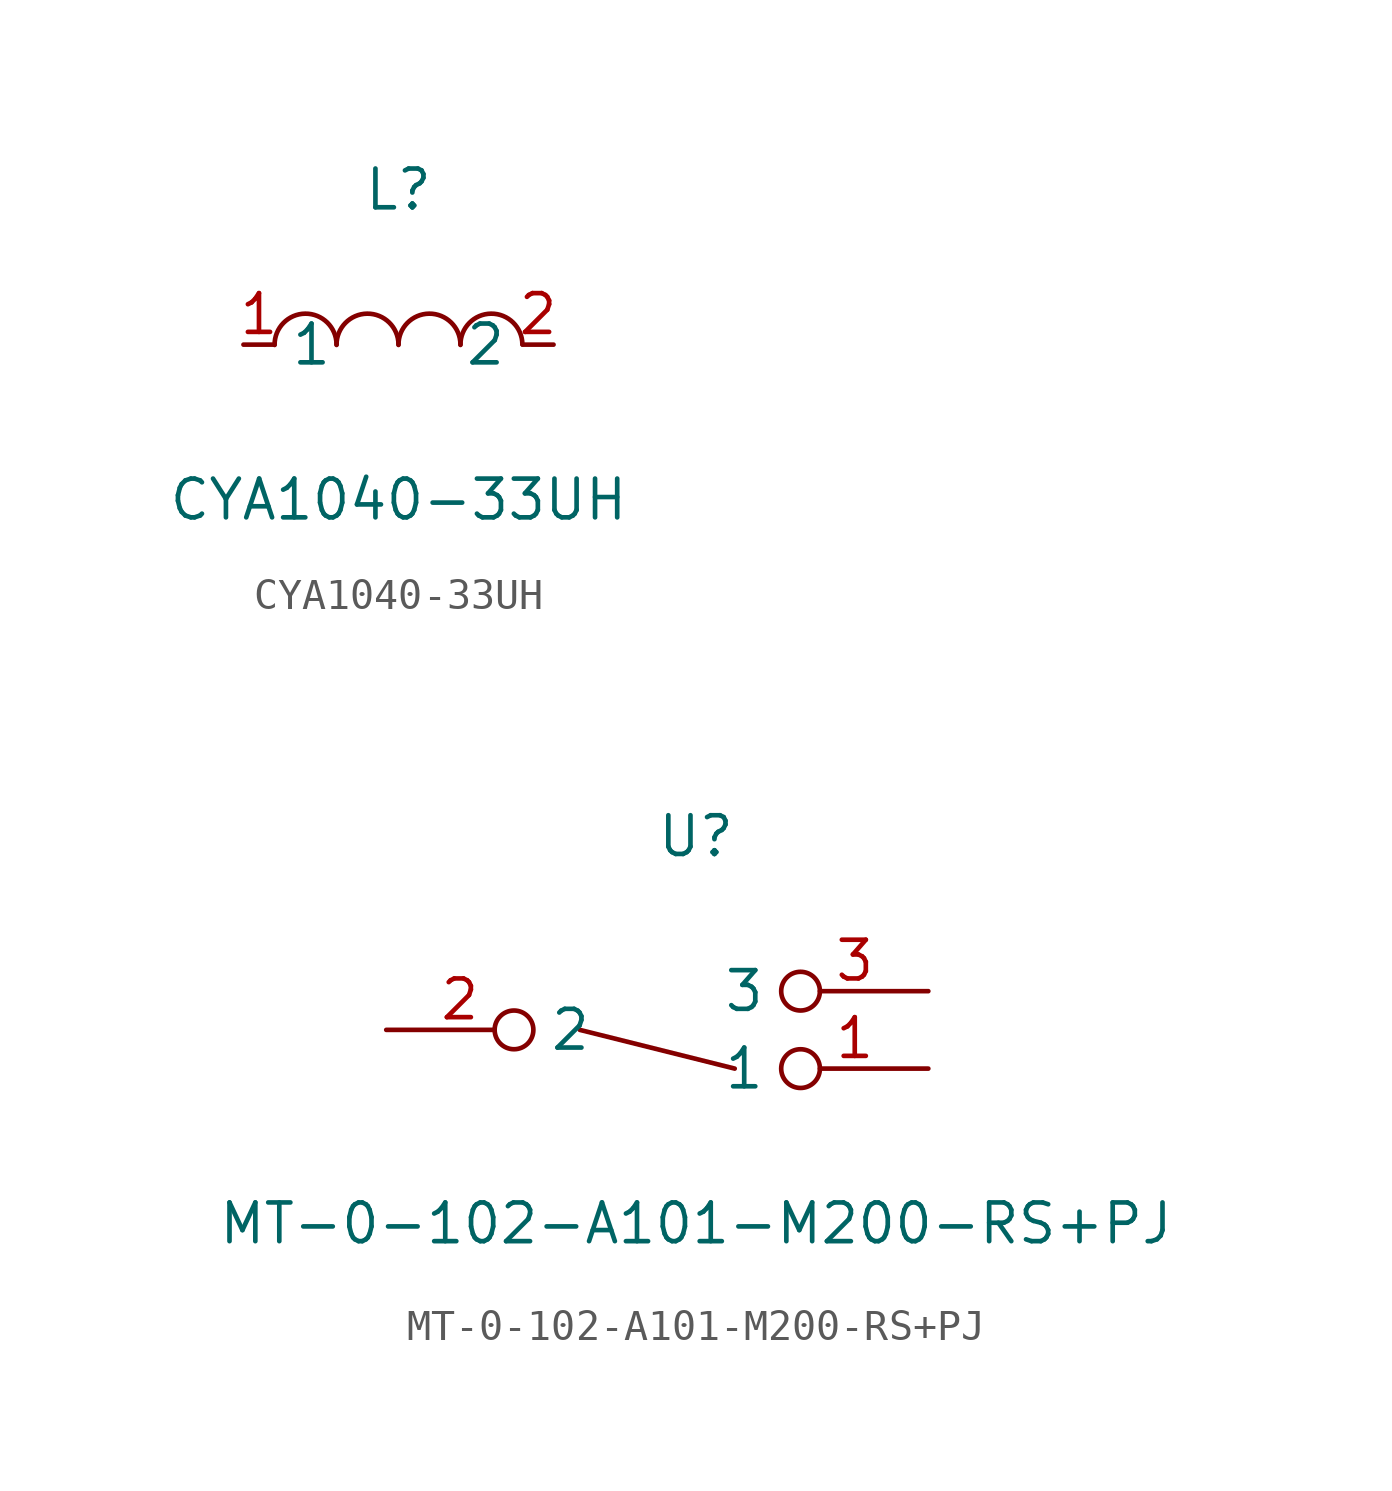
<source format=kicad_sym>
(kicad_symbol_lib
  (version 20211014)
  (generator https://github.com/uPesy/easyeda2kicad.py)
  (symbol "CYA1040-33UH"
    (property "Reference" "L"
      (at 0 5.08 0)
      (effects (font (size 1.27 1.27))))
    (property "Value" "CYA1040-33UH"
      (at 0 -5.08 0)
      (effects (font (size 1.27 1.27))))
    (symbol "CYA1040-33UH_0_1"
      (arc (start -4.06 -0.01) (mid -2.83 0.99) (end -2.03 0.01) (stroke (width 0) (type default) (color 0 0 0 0)) (fill (type none)))
      (arc (start -2.03 -0.01) (mid -0.80 0.99) (end 0.00 0.01) (stroke (width 0) (type default) (color 0 0 0 0)) (fill (type none)))
      (arc (start 2.03 -0.01) (mid 3.26 0.99) (end 4.06 0.01) (stroke (width 0) (type default) (color 0 0 0 0)) (fill (type none)))
      (arc (start 0.00 -0.01) (mid 1.23 0.99) (end 2.03 0.01) (stroke (width 0) (type default) (color 0 0 0 0)) (fill (type none)))
      (pin unspecified line (at 5.08 -0.00 180) (length 1.016) (name "2" (effects (font (size 1.27 1.27)))) (number "2" (effects (font (size 1.27 1.27)))))
      (pin unspecified line (at -5.08 -0.00 0) (length 1.016) (name "1" (effects (font (size 1.27 1.27)))) (number "1" (effects (font (size 1.27 1.27)))))))
  (symbol "MT-0-102-A101-M200-RS+PJ"
    (property "Reference" "U"
      (at 0 5.08 0)
      (effects (font (size 1.27 1.27))))
    (property "Value" "MT-0-102-A101-M200-RS+PJ"
      (at 0 -7.62 0)
      (effects (font (size 1.27 1.27))))
    (symbol "MT-0-102-A101-M200-RS+PJ_0_1"
      (polyline (pts (xy -3.81 -1.27) (xy 1.27 -2.54)) (stroke (width 0) (type default) (color 0 0 0 0)) (fill (type none)))
      (pin unspecified inverted (at -10.16 -1.27 0) (length 4.826) (name "2" (effects (font (size 1.27 1.27)))) (number "2" (effects (font (size 1.27 1.27)))))
      (pin unspecified inverted (at 7.62 -2.54 180) (length 4.826) (name "1" (effects (font (size 1.27 1.27)))) (number "1" (effects (font (size 1.27 1.27)))))
      (pin unspecified inverted (at 7.62 -0.00 180) (length 4.826) (name "3" (effects (font (size 1.27 1.27)))) (number "3" (effects (font (size 1.27 1.27))))))))
</source>
